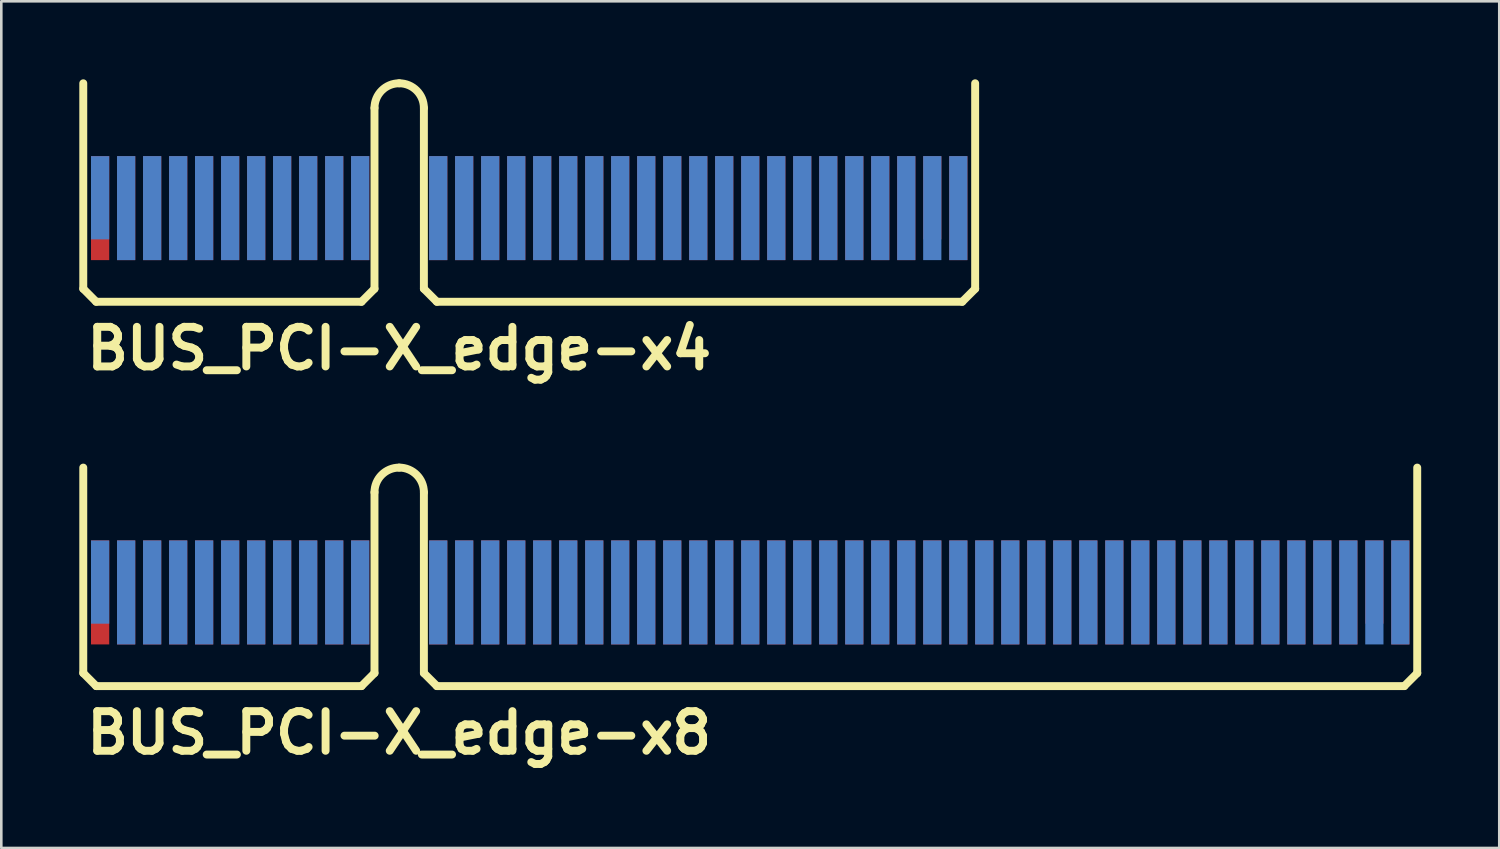
<source format=kicad_pcb>
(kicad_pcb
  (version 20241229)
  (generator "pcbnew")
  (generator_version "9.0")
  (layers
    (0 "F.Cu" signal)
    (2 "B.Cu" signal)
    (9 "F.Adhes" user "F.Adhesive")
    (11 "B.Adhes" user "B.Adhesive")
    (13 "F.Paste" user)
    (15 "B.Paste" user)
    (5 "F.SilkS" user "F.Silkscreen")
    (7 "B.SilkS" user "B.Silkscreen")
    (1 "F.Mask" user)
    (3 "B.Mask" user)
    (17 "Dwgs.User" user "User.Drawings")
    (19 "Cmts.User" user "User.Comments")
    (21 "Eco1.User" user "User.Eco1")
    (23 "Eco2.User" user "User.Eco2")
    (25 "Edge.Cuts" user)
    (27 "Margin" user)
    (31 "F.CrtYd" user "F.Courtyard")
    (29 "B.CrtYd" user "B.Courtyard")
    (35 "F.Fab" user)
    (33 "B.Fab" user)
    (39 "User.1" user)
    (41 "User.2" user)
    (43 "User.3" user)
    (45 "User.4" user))
  (footprint "BUS_PCI-X_edge-x8"
    (layer "F.Cu")
    (at 12.301 19.133)
    (property "Reference" "BUS_PCI-X_edge-x8" (at 0 5.999 0) (layer "F.SilkS") (effects (font (size 1.524 1.524) (thickness 0.305))))
    (attr through_hole)
    (fp_line (start -12.149 3.701) (end -12.149 -4.201) (stroke (width 0.305) (type solid)) (layer "F.SilkS"))
    (fp_line (start -11.651 4.201) (end -12.149 3.701) (stroke (width 0.305) (type solid)) (layer "F.SilkS"))
    (fp_line (start -1.45 4.201) (end -11.651 4.201) (stroke (width 0.305) (type solid)) (layer "F.SilkS"))
    (fp_line (start -0.95 -3.251) (end -0.95 3.701) (stroke (width 0.305) (type solid)) (layer "F.SilkS"))
    (fp_line (start -0.95 3.701) (end -1.45 4.201) (stroke (width 0.305) (type solid)) (layer "F.SilkS"))
    (fp_line (start 0.95 3.701) (end 0.95 -3.251) (stroke (width 0.305) (type solid)) (layer "F.SilkS"))
    (fp_line (start 0.95 3.701) (end 1.45 4.201) (stroke (width 0.305) (type solid)) (layer "F.SilkS"))
    (fp_line (start 38.651 4.201) (end 1.45 4.201) (stroke (width 0.305) (type solid)) (layer "F.SilkS"))
    (fp_line (start 38.651 4.201) (end 39.152 3.701) (stroke (width 0.305) (type solid)) (layer "F.SilkS"))
    (fp_line (start 39.149 3.701) (end 39.149 -4.201) (stroke (width 0.305) (type solid)) (layer "F.SilkS"))
    (fp_arc (start -0.94996 -3.2512) (mid -0.671723 -3.922923) (end 0 -4.20116) (stroke (width 0.3048) (type solid)) (layer "F.SilkS"))
    (fp_arc (start 0 -4.20116) (mid 0.671723 -3.922923) (end 0.94996 -3.2512) (stroke (width 0.3048) (type solid)) (layer "F.SilkS"))
    (pad "A1" smd rect (at -11.501 0.201) (size 0.701 3.2) (layers "F.Mask" "B.Cu" "F.Paste"))
    (pad "A2" smd rect (at -10.5 0.599) (size 0.701 4) (layers "F.Mask" "B.Cu" "F.Paste"))
    (pad "A3" smd rect (at -9.5 0.599) (size 0.701 4) (layers "F.Mask" "B.Cu" "F.Paste"))
    (pad "A4" smd rect (at -8.499 0.599) (size 0.701 4) (layers "F.Mask" "B.Cu" "F.Paste"))
    (pad "A5" smd rect (at -7.501 0.599) (size 0.701 4) (layers "F.Mask" "B.Cu" "F.Paste"))
    (pad "A6" smd rect (at -6.5 0.599) (size 0.701 4) (layers "F.Mask" "B.Cu" "F.Paste"))
    (pad "A7" smd rect (at -5.499 0.599) (size 0.701 4) (layers "F.Mask" "B.Cu" "F.Paste"))
    (pad "A8" smd rect (at -4.501 0.599) (size 0.701 4) (layers "F.Mask" "B.Cu" "F.Paste"))
    (pad "A9" smd rect (at -3.5 0.599) (size 0.701 4) (layers "F.Mask" "B.Cu" "F.Paste"))
    (pad "A10" smd rect (at -2.499 0.599) (size 0.701 4) (layers "F.Mask" "B.Cu" "F.Paste"))
    (pad "A11" smd rect (at -1.501 0.599) (size 0.701 4) (layers "F.Mask" "B.Cu" "F.Paste"))
    (pad "A12" smd rect (at 1.501 0.599) (size 0.701 4) (layers "F.Mask" "B.Cu" "F.Paste"))
    (pad "A13" smd rect (at 2.499 0.599) (size 0.701 4) (layers "F.Mask" "B.Cu" "F.Paste"))
    (pad "A14" smd rect (at 3.5 0.599) (size 0.701 4) (layers "F.Mask" "B.Cu" "F.Paste"))
    (pad "A15" smd rect (at 4.501 0.599) (size 0.701 4) (layers "F.Mask" "B.Cu" "F.Paste"))
    (pad "A16" smd rect (at 5.499 0.599) (size 0.701 4) (layers "F.Mask" "B.Cu" "F.Paste"))
    (pad "A17" smd rect (at 6.5 0.599) (size 0.701 4) (layers "F.Mask" "B.Cu" "F.Paste"))
    (pad "A18" smd rect (at 7.501 0.599) (size 0.701 4) (layers "F.Mask" "B.Cu" "F.Paste"))
    (pad "A19" smd rect (at 8.499 0.599) (size 0.701 4) (layers "F.Mask" "B.Cu" "F.Paste"))
    (pad "A20" smd rect (at 9.5 0.599) (size 0.701 4) (layers "F.Mask" "B.Cu" "F.Paste"))
    (pad "A21" smd rect (at 10.5 0.599) (size 0.701 4) (layers "F.Mask" "B.Cu" "F.Paste"))
    (pad "A22" smd rect (at 11.501 0.599) (size 0.701 4) (layers "F.Mask" "B.Cu" "F.Paste"))
    (pad "A23" smd rect (at 12.499 0.599) (size 0.701 4) (layers "F.Mask" "B.Cu" "F.Paste"))
    (pad "A24" smd rect (at 13.5 0.599) (size 0.701 4) (layers "F.Mask" "B.Cu" "F.Paste"))
    (pad "A25" smd rect (at 14.501 0.599) (size 0.701 4) (layers "F.Mask" "B.Cu" "F.Paste"))
    (pad "A26" smd rect (at 15.499 0.599) (size 0.701 4) (layers "F.Mask" "B.Cu" "F.Paste"))
    (pad "A27" smd rect (at 16.5 0.599) (size 0.701 4) (layers "F.Mask" "B.Cu" "F.Paste"))
    (pad "A28" smd rect (at 17.501 0.599) (size 0.701 4) (layers "F.Mask" "B.Cu" "F.Paste"))
    (pad "A29" smd rect (at 18.499 0.599) (size 0.701 4) (layers "F.Mask" "B.Cu" "F.Paste"))
    (pad "A30" smd rect (at 19.5 0.599) (size 0.701 4) (layers "F.Mask" "B.Cu" "F.Paste"))
    (pad "A31" smd rect (at 20.5 0.599) (size 0.701 4) (layers "F.Mask" "B.Cu" "F.Paste"))
    (pad "A32" smd rect (at 21.501 0.599) (size 0.701 4) (layers "F.Mask" "B.Cu" "F.Paste"))
    (pad "A33" smd rect (at 22.499 0.599) (size 0.701 4) (layers "F.Mask" "B.Cu" "F.Paste"))
    (pad "A34" smd rect (at 23.5 0.599) (size 0.701 4) (layers "F.Mask" "B.Cu" "F.Paste"))
    (pad "A35" smd rect (at 24.501 0.599) (size 0.701 4) (layers "F.Mask" "B.Cu" "F.Paste"))
    (pad "A36" smd rect (at 25.499 0.599) (size 0.701 4) (layers "F.Mask" "B.Cu" "F.Paste"))
    (pad "A37" smd rect (at 26.5 0.599) (size 0.701 4) (layers "F.Mask" "B.Cu" "F.Paste"))
    (pad "A38" smd rect (at 27.501 0.599) (size 0.701 4) (layers "F.Mask" "B.Cu" "F.Paste"))
    (pad "A39" smd rect (at 28.499 0.599) (size 0.701 4) (layers "F.Mask" "B.Cu" "F.Paste"))
    (pad "A40" smd rect (at 29.5 0.599) (size 0.701 4) (layers "F.Mask" "B.Cu" "F.Paste"))
    (pad "A41" smd rect (at 30.5 0.599) (size 0.701 4) (layers "F.Mask" "B.Cu" "F.Paste"))
    (pad "A42" smd rect (at 31.501 0.599) (size 0.701 4) (layers "F.Mask" "B.Cu" "F.Paste"))
    (pad "A43" smd rect (at 32.499 0.599) (size 0.701 4) (layers "F.Mask" "B.Cu" "F.Paste"))
    (pad "A44" smd rect (at 33.5 0.599) (size 0.701 4) (layers "F.Mask" "B.Cu" "F.Paste"))
    (pad "A45" smd rect (at 34.501 0.599) (size 0.701 4) (layers "F.Mask" "B.Cu" "F.Paste"))
    (pad "A46" smd rect (at 35.499 0.599) (size 0.701 4) (layers "F.Mask" "B.Cu" "F.Paste"))
    (pad "A47" smd rect (at 36.5 0.599) (size 0.701 4) (layers "F.Mask" "B.Cu" "F.Paste"))
    (pad "A48" smd rect (at 37.501 0.599) (size 0.701 4) (layers "F.Mask" "B.Cu" "F.Paste"))
    (pad "A49" smd rect (at 38.499 0.599) (size 0.701 4) (layers "F.Mask" "B.Cu" "F.Paste"))
    (pad "B1" smd rect (at -11.501 0.599) (size 0.701 4) (layers "F.Cu" "F.Mask" "F.Paste"))
    (pad "B2" smd rect (at -10.5 0.599) (size 0.701 4) (layers "F.Cu" "F.Mask" "F.Paste"))
    (pad "B3" smd rect (at -9.5 0.599) (size 0.701 4) (layers "F.Cu" "F.Mask" "F.Paste"))
    (pad "B4" smd rect (at -8.499 0.599) (size 0.701 4) (layers "F.Cu" "F.Mask" "F.Paste"))
    (pad "B5" smd rect (at -7.501 0.599) (size 0.701 4) (layers "F.Cu" "F.Mask" "F.Paste"))
    (pad "B6" smd rect (at -6.5 0.599) (size 0.701 4) (layers "F.Cu" "F.Mask" "F.Paste"))
    (pad "B7" smd rect (at -5.499 0.599) (size 0.701 4) (layers "F.Cu" "F.Mask" "F.Paste"))
    (pad "B8" smd rect (at -4.501 0.599) (size 0.701 4) (layers "F.Cu" "F.Mask" "F.Paste"))
    (pad "B9" smd rect (at -3.5 0.599) (size 0.701 4) (layers "F.Cu" "F.Mask" "F.Paste"))
    (pad "B10" smd rect (at -2.499 0.599) (size 0.701 4) (layers "F.Cu" "F.Mask" "F.Paste"))
    (pad "B11" smd rect (at -1.501 0.599) (size 0.701 4) (layers "F.Cu" "F.Mask" "F.Paste"))
    (pad "B12" smd rect (at 1.501 0.599) (size 0.701 4) (layers "F.Cu" "F.Mask" "F.Paste"))
    (pad "B13" smd rect (at 2.499 0.599) (size 0.701 4) (layers "F.Cu" "F.Mask" "F.Paste"))
    (pad "B14" smd rect (at 3.5 0.599) (size 0.701 4) (layers "F.Cu" "F.Mask" "F.Paste"))
    (pad "B15" smd rect (at 4.501 0.599) (size 0.701 4) (layers "F.Cu" "F.Mask" "F.Paste"))
    (pad "B16" smd rect (at 5.499 0.599) (size 0.701 4) (layers "F.Cu" "F.Mask" "F.Paste"))
    (pad "B17" smd rect (at 6.5 0.599) (size 0.701 4) (layers "F.Cu" "F.Mask" "F.Paste"))
    (pad "B18" smd rect (at 7.501 0.599) (size 0.701 4) (layers "F.Cu" "F.Mask" "F.Paste"))
    (pad "B19" smd rect (at 8.499 0.599) (size 0.701 4) (layers "F.Cu" "F.Mask" "F.Paste"))
    (pad "B20" smd rect (at 9.5 0.599) (size 0.701 4) (layers "F.Cu" "F.Mask" "F.Paste"))
    (pad "B21" smd rect (at 10.5 0.599) (size 0.701 4) (layers "F.Cu" "F.Mask" "F.Paste"))
    (pad "B22" smd rect (at 11.501 0.599) (size 0.701 4) (layers "F.Cu" "F.Mask" "F.Paste"))
    (pad "B23" smd rect (at 12.499 0.599) (size 0.701 4) (layers "F.Cu" "F.Mask" "F.Paste"))
    (pad "B24" smd rect (at 13.5 0.599) (size 0.701 4) (layers "F.Cu" "F.Mask" "F.Paste"))
    (pad "B25" smd rect (at 14.501 0.599) (size 0.701 4) (layers "F.Cu" "F.Mask" "F.Paste"))
    (pad "B26" smd rect (at 15.499 0.599) (size 0.701 4) (layers "F.Cu" "F.Mask" "F.Paste"))
    (pad "B27" smd rect (at 16.5 0.599) (size 0.701 4) (layers "F.Cu" "F.Mask" "F.Paste"))
    (pad "B28" smd rect (at 17.501 0.599) (size 0.701 4) (layers "F.Cu" "F.Mask" "F.Paste"))
    (pad "B29" smd rect (at 18.499 0.599) (size 0.701 4) (layers "F.Cu" "F.Mask" "F.Paste"))
    (pad "B30" smd rect (at 19.5 0.599) (size 0.701 4) (layers "F.Cu" "F.Mask" "F.Paste"))
    (pad "B31" smd rect (at 20.5 0.599) (size 0.701 4) (layers "F.Cu" "F.Mask" "F.Paste"))
    (pad "B32" smd rect (at 21.501 0.599) (size 0.701 4) (layers "F.Cu" "F.Mask" "F.Paste"))
    (pad "B33" smd rect (at 22.499 0.599) (size 0.701 4) (layers "F.Cu" "F.Mask" "F.Paste"))
    (pad "B34" smd rect (at 23.5 0.599) (size 0.701 4) (layers "F.Cu" "F.Mask" "F.Paste"))
    (pad "B35" smd rect (at 24.501 0.599) (size 0.701 4) (layers "F.Cu" "F.Mask" "F.Paste"))
    (pad "B36" smd rect (at 25.499 0.599) (size 0.701 4) (layers "F.Cu" "F.Mask" "F.Paste"))
    (pad "B37" smd rect (at 26.5 0.599) (size 0.701 4) (layers "F.Cu" "F.Mask" "F.Paste"))
    (pad "B38" smd rect (at 27.501 0.599) (size 0.701 4) (layers "F.Cu" "F.Mask" "F.Paste"))
    (pad "B39" smd rect (at 28.499 0.599) (size 0.701 4) (layers "F.Cu" "F.Mask" "F.Paste"))
    (pad "B40" smd rect (at 29.5 0.599) (size 0.701 4) (layers "F.Cu" "F.Mask" "F.Paste"))
    (pad "B41" smd rect (at 30.5 0.599) (size 0.701 4) (layers "F.Cu" "F.Mask" "F.Paste"))
    (pad "B42" smd rect (at 31.501 0.599) (size 0.701 4) (layers "F.Cu" "F.Mask" "F.Paste"))
    (pad "B43" smd rect (at 32.499 0.599) (size 0.701 4) (layers "F.Cu" "F.Mask" "F.Paste"))
    (pad "B44" smd rect (at 33.5 0.599) (size 0.701 4) (layers "F.Cu" "F.Mask" "F.Paste"))
    (pad "B45" smd rect (at 34.501 0.599) (size 0.701 4) (layers "F.Cu" "F.Mask" "F.Paste"))
    (pad "B46" smd rect (at 35.499 0.599) (size 0.701 4) (layers "F.Cu" "F.Mask" "F.Paste"))
    (pad "B47" smd rect (at 36.5 0.599) (size 0.701 4) (layers "F.Cu" "F.Mask" "F.Paste"))
    (pad "B48" smd rect (at 37.501 0.201) (size 0.701 3.2) (layers "F.Cu" "F.Mask" "F.Paste"))
    (pad "B49" smd rect (at 38.499 0.599) (size 0.701 4) (layers "F.Cu" "F.Mask" "F.Paste")))
  (footprint "BUS_PCI-X_edge-x4"
    (layer "F.Cu")
    (at 12.301 4.354)
    (property "Reference" "BUS_PCI-X_edge-x4" (at 0 5.999 0) (layer "F.SilkS") (effects (font (size 1.524 1.524) (thickness 0.305))))
    (attr through_hole)
    (fp_line (start -12.149 3.701) (end -12.149 -4.201) (stroke (width 0.305) (type solid)) (layer "F.SilkS"))
    (fp_line (start -11.651 4.201) (end -12.149 3.701) (stroke (width 0.305) (type solid)) (layer "F.SilkS"))
    (fp_line (start -1.45 4.201) (end -11.651 4.201) (stroke (width 0.305) (type solid)) (layer "F.SilkS"))
    (fp_line (start -0.95 -3.251) (end -0.95 3.701) (stroke (width 0.305) (type solid)) (layer "F.SilkS"))
    (fp_line (start -0.95 3.701) (end -1.45 4.201) (stroke (width 0.305) (type solid)) (layer "F.SilkS"))
    (fp_line (start 0.95 3.701) (end 0.95 -3.251) (stroke (width 0.305) (type solid)) (layer "F.SilkS"))
    (fp_line (start 0.95 3.701) (end 1.45 4.201) (stroke (width 0.305) (type solid)) (layer "F.SilkS"))
    (fp_line (start 1.45 4.201) (end 21.651 4.201) (stroke (width 0.305) (type solid)) (layer "F.SilkS"))
    (fp_line (start 21.651 4.201) (end 22.151 3.701) (stroke (width 0.305) (type solid)) (layer "F.SilkS"))
    (fp_line (start 22.149 3.701) (end 22.149 -4.201) (stroke (width 0.305) (type solid)) (layer "F.SilkS"))
    (fp_arc (start -0.94996 -3.2512) (mid -0.671723 -3.922923) (end 0 -4.20116) (stroke (width 0.3048) (type solid)) (layer "F.SilkS"))
    (fp_arc (start 0 -4.20116) (mid 0.671723 -3.922923) (end 0.94996 -3.2512) (stroke (width 0.3048) (type solid)) (layer "F.SilkS"))
    (pad "A1" smd rect (at -11.501 0.201) (size 0.701 3.2) (layers "F.Mask" "B.Cu" "F.Paste"))
    (pad "A2" smd rect (at -10.5 0.599) (size 0.701 4) (layers "F.Mask" "B.Cu" "F.Paste"))
    (pad "A3" smd rect (at -9.5 0.599) (size 0.701 4) (layers "F.Mask" "B.Cu" "F.Paste"))
    (pad "A4" smd rect (at -8.499 0.599) (size 0.701 4) (layers "F.Mask" "B.Cu" "F.Paste"))
    (pad "A5" smd rect (at -7.501 0.599) (size 0.701 4) (layers "F.Mask" "B.Cu" "F.Paste"))
    (pad "A6" smd rect (at -6.5 0.599) (size 0.701 4) (layers "F.Mask" "B.Cu" "F.Paste"))
    (pad "A7" smd rect (at -5.499 0.599) (size 0.701 4) (layers "F.Mask" "B.Cu" "F.Paste"))
    (pad "A8" smd rect (at -4.501 0.599) (size 0.701 4) (layers "F.Mask" "B.Cu" "F.Paste"))
    (pad "A9" smd rect (at -3.5 0.599) (size 0.701 4) (layers "F.Mask" "B.Cu" "F.Paste"))
    (pad "A10" smd rect (at -2.499 0.599) (size 0.701 4) (layers "F.Mask" "B.Cu" "F.Paste"))
    (pad "A11" smd rect (at -1.501 0.599) (size 0.701 4) (layers "F.Mask" "B.Cu" "F.Paste"))
    (pad "A12" smd rect (at 1.501 0.599) (size 0.701 4) (layers "F.Mask" "B.Cu" "F.Paste"))
    (pad "A13" smd rect (at 2.499 0.599) (size 0.701 4) (layers "F.Mask" "B.Cu" "F.Paste"))
    (pad "A14" smd rect (at 3.5 0.599) (size 0.701 4) (layers "F.Mask" "B.Cu" "F.Paste"))
    (pad "A15" smd rect (at 4.501 0.599) (size 0.701 4) (layers "F.Mask" "B.Cu" "F.Paste"))
    (pad "A16" smd rect (at 5.499 0.599) (size 0.701 4) (layers "F.Mask" "B.Cu" "F.Paste"))
    (pad "A17" smd rect (at 6.5 0.599) (size 0.701 4) (layers "F.Mask" "B.Cu" "F.Paste"))
    (pad "A18" smd rect (at 7.501 0.599) (size 0.701 4) (layers "F.Mask" "B.Cu" "F.Paste"))
    (pad "A19" smd rect (at 8.499 0.599) (size 0.701 4) (layers "F.Mask" "B.Cu" "F.Paste"))
    (pad "A20" smd rect (at 9.5 0.599) (size 0.701 4) (layers "F.Mask" "B.Cu" "F.Paste"))
    (pad "A21" smd rect (at 10.5 0.599) (size 0.701 4) (layers "F.Mask" "B.Cu" "F.Paste"))
    (pad "A22" smd rect (at 11.501 0.599) (size 0.701 4) (layers "F.Mask" "B.Cu" "F.Paste"))
    (pad "A23" smd rect (at 12.499 0.599) (size 0.701 4) (layers "F.Mask" "B.Cu" "F.Paste"))
    (pad "A24" smd rect (at 13.5 0.599) (size 0.701 4) (layers "F.Mask" "B.Cu" "F.Paste"))
    (pad "A25" smd rect (at 14.501 0.599) (size 0.701 4) (layers "F.Mask" "B.Cu" "F.Paste"))
    (pad "A26" smd rect (at 15.499 0.599) (size 0.701 4) (layers "F.Mask" "B.Cu" "F.Paste"))
    (pad "A27" smd rect (at 16.5 0.599) (size 0.701 4) (layers "F.Mask" "B.Cu" "F.Paste"))
    (pad "A28" smd rect (at 17.501 0.599) (size 0.701 4) (layers "F.Mask" "B.Cu" "F.Paste"))
    (pad "A29" smd rect (at 18.499 0.599) (size 0.701 4) (layers "F.Mask" "B.Cu" "F.Paste"))
    (pad "A30" smd rect (at 19.5 0.599) (size 0.701 4) (layers "F.Mask" "B.Cu" "F.Paste"))
    (pad "A31" smd rect (at 20.5 0.599) (size 0.701 4) (layers "F.Mask" "B.Cu" "F.Paste"))
    (pad "A32" smd rect (at 21.501 0.599) (size 0.701 4) (layers "F.Mask" "B.Cu" "F.Paste"))
    (pad "B1" smd rect (at -11.501 0.599) (size 0.701 4) (layers "F.Cu" "F.Mask" "F.Paste"))
    (pad "B2" smd rect (at -10.5 0.599) (size 0.701 4) (layers "F.Cu" "F.Mask" "F.Paste"))
    (pad "B3" smd rect (at -9.5 0.599) (size 0.701 4) (layers "F.Cu" "F.Mask" "F.Paste"))
    (pad "B4" smd rect (at -8.499 0.599) (size 0.701 4) (layers "F.Cu" "F.Mask" "F.Paste"))
    (pad "B5" smd rect (at -7.501 0.599) (size 0.701 4) (layers "F.Cu" "F.Mask" "F.Paste"))
    (pad "B6" smd rect (at -6.5 0.599) (size 0.701 4) (layers "F.Cu" "F.Mask" "F.Paste"))
    (pad "B7" smd rect (at -5.499 0.599) (size 0.701 4) (layers "F.Cu" "F.Mask" "F.Paste"))
    (pad "B8" smd rect (at -4.501 0.599) (size 0.701 4) (layers "F.Cu" "F.Mask" "F.Paste"))
    (pad "B9" smd rect (at -3.5 0.599) (size 0.701 4) (layers "F.Cu" "F.Mask" "F.Paste"))
    (pad "B10" smd rect (at -2.499 0.599) (size 0.701 4) (layers "F.Cu" "F.Mask" "F.Paste"))
    (pad "B11" smd rect (at -1.501 0.599) (size 0.701 4) (layers "F.Cu" "F.Mask" "F.Paste"))
    (pad "B12" smd rect (at 1.501 0.599) (size 0.701 4) (layers "F.Cu" "F.Mask" "F.Paste"))
    (pad "B13" smd rect (at 2.499 0.599) (size 0.701 4) (layers "F.Cu" "F.Mask" "F.Paste"))
    (pad "B14" smd rect (at 3.5 0.599) (size 0.701 4) (layers "F.Cu" "F.Mask" "F.Paste"))
    (pad "B15" smd rect (at 4.501 0.599) (size 0.701 4) (layers "F.Cu" "F.Mask" "F.Paste"))
    (pad "B16" smd rect (at 5.499 0.599) (size 0.701 4) (layers "F.Cu" "F.Mask" "F.Paste"))
    (pad "B17" smd rect (at 6.5 0.599) (size 0.701 4) (layers "F.Cu" "F.Mask" "F.Paste"))
    (pad "B18" smd rect (at 7.501 0.599) (size 0.701 4) (layers "F.Cu" "F.Mask" "F.Paste"))
    (pad "B19" smd rect (at 8.499 0.599) (size 0.701 4) (layers "F.Cu" "F.Mask" "F.Paste"))
    (pad "B20" smd rect (at 9.5 0.599) (size 0.701 4) (layers "F.Cu" "F.Mask" "F.Paste"))
    (pad "B21" smd rect (at 10.5 0.599) (size 0.701 4) (layers "F.Cu" "F.Mask" "F.Paste"))
    (pad "B22" smd rect (at 11.501 0.599) (size 0.701 4) (layers "F.Cu" "F.Mask" "F.Paste"))
    (pad "B23" smd rect (at 12.499 0.599) (size 0.701 4) (layers "F.Cu" "F.Mask" "F.Paste"))
    (pad "B24" smd rect (at 13.5 0.599) (size 0.701 4) (layers "F.Cu" "F.Mask" "F.Paste"))
    (pad "B25" smd rect (at 14.501 0.599) (size 0.701 4) (layers "F.Cu" "F.Mask" "F.Paste"))
    (pad "B26" smd rect (at 15.499 0.599) (size 0.701 4) (layers "F.Cu" "F.Mask" "F.Paste"))
    (pad "B27" smd rect (at 16.5 0.599) (size 0.701 4) (layers "F.Cu" "F.Mask" "F.Paste"))
    (pad "B28" smd rect (at 17.501 0.599) (size 0.701 4) (layers "F.Cu" "F.Mask" "F.Paste"))
    (pad "B29" smd rect (at 18.499 0.599) (size 0.701 4) (layers "F.Cu" "F.Mask" "F.Paste"))
    (pad "B30" smd rect (at 19.5 0.599) (size 0.701 4) (layers "F.Cu" "F.Mask" "F.Paste"))
    (pad "B31" smd rect (at 20.5 0.201) (size 0.701 3.2) (layers "F.Cu" "F.Mask" "F.Paste"))
    (pad "B32" smd rect (at 21.501 0.599) (size 0.701 4) (layers "F.Cu" "F.Mask" "F.Paste")))
  (gr_rect
    (start -3 -3)
    (end 54.605 29.559)
    (stroke (width 0.1) (type default))
    (fill no)
    (layer "Edge.Cuts")))
</source>
